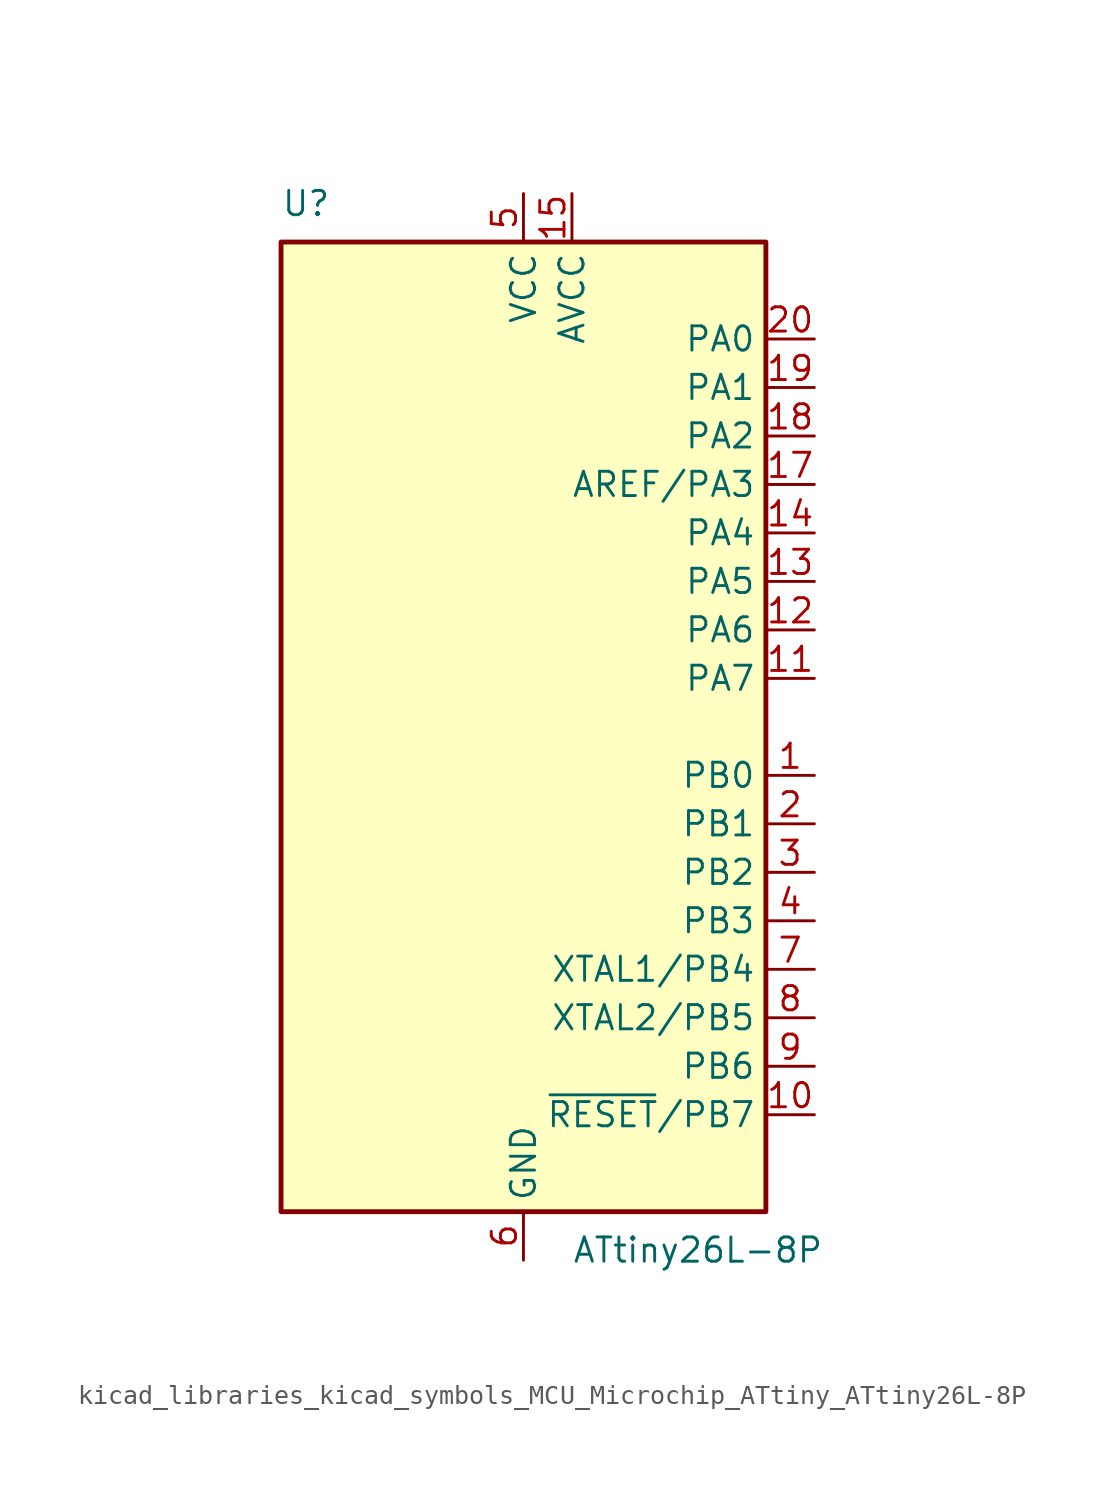
<source format=kicad_sym>
(kicad_symbol_lib
  (version 20220914)
  (generator kicad_symbol_editor)
  (symbol "kicad_libraries_kicad_symbols_MCU_Microchip_ATtiny_ATtiny26L-8P"
    (property "Reference" "U"
      (at -12.7 26.67 0)
      (effects (font (size 1.27 1.27)) (justify left bottom)))
    (property "Value" "ATtiny26L-8P"
      (at 2.54 -26.67 0)
      (effects (font (size 1.27 1.27)) (justify left top)))
    (symbol "kicad_libraries_kicad_symbols_MCU_Microchip_ATtiny_ATtiny26L-8P_0_1"
      (rectangle (start -12.7 -25.4) (end 12.7 25.4) (stroke (width 0.254) (type default)) (fill (type background))))
    (symbol "kicad_libraries_kicad_symbols_MCU_Microchip_ATtiny_ATtiny26L-8P_1_1"
      (pin bidirectional line (at 15.24 -2.54 180) (length 2.54) (name "PB0" (effects (font (size 1.27 1.27)))) (number "1" (effects (font (size 1.27 1.27)))))
      (pin bidirectional line (at 15.24 -20.32 180) (length 2.54) (name "~{RESET}/PB7" (effects (font (size 1.27 1.27)))) (number "10" (effects (font (size 1.27 1.27)))))
      (pin bidirectional line (at 15.24 2.54 180) (length 2.54) (name "PA7" (effects (font (size 1.27 1.27)))) (number "11" (effects (font (size 1.27 1.27)))))
      (pin bidirectional line (at 15.24 5.08 180) (length 2.54) (name "PA6" (effects (font (size 1.27 1.27)))) (number "12" (effects (font (size 1.27 1.27)))))
      (pin bidirectional line (at 15.24 7.62 180) (length 2.54) (name "PA5" (effects (font (size 1.27 1.27)))) (number "13" (effects (font (size 1.27 1.27)))))
      (pin bidirectional line (at 15.24 10.16 180) (length 2.54) (name "PA4" (effects (font (size 1.27 1.27)))) (number "14" (effects (font (size 1.27 1.27)))))
      (pin power_in line (at 2.54 27.94 270) (length 2.54) (name "AVCC" (effects (font (size 1.27 1.27)))) (number "15" (effects (font (size 1.27 1.27)))))
      (pin passive line (at 0 -27.94 90) (length 2.54) hide (name "GND" (effects (font (size 1.27 1.27)))) (number "16" (effects (font (size 1.27 1.27)))))
      (pin bidirectional line (at 15.24 12.7 180) (length 2.54) (name "AREF/PA3" (effects (font (size 1.27 1.27)))) (number "17" (effects (font (size 1.27 1.27)))))
      (pin bidirectional line (at 15.24 15.24 180) (length 2.54) (name "PA2" (effects (font (size 1.27 1.27)))) (number "18" (effects (font (size 1.27 1.27)))))
      (pin bidirectional line (at 15.24 17.78 180) (length 2.54) (name "PA1" (effects (font (size 1.27 1.27)))) (number "19" (effects (font (size 1.27 1.27)))))
      (pin bidirectional line (at 15.24 -5.08 180) (length 2.54) (name "PB1" (effects (font (size 1.27 1.27)))) (number "2" (effects (font (size 1.27 1.27)))))
      (pin bidirectional line (at 15.24 20.32 180) (length 2.54) (name "PA0" (effects (font (size 1.27 1.27)))) (number "20" (effects (font (size 1.27 1.27)))))
      (pin bidirectional line (at 15.24 -7.62 180) (length 2.54) (name "PB2" (effects (font (size 1.27 1.27)))) (number "3" (effects (font (size 1.27 1.27)))))
      (pin bidirectional line (at 15.24 -10.16 180) (length 2.54) (name "PB3" (effects (font (size 1.27 1.27)))) (number "4" (effects (font (size 1.27 1.27)))))
      (pin power_in line (at 0 27.94 270) (length 2.54) (name "VCC" (effects (font (size 1.27 1.27)))) (number "5" (effects (font (size 1.27 1.27)))))
      (pin power_in line (at 0 -27.94 90) (length 2.54) (name "GND" (effects (font (size 1.27 1.27)))) (number "6" (effects (font (size 1.27 1.27)))))
      (pin bidirectional line (at 15.24 -12.7 180) (length 2.54) (name "XTAL1/PB4" (effects (font (size 1.27 1.27)))) (number "7" (effects (font (size 1.27 1.27)))))
      (pin bidirectional line (at 15.24 -15.24 180) (length 2.54) (name "XTAL2/PB5" (effects (font (size 1.27 1.27)))) (number "8" (effects (font (size 1.27 1.27)))))
      (pin bidirectional line (at 15.24 -17.78 180) (length 2.54) (name "PB6" (effects (font (size 1.27 1.27)))) (number "9" (effects (font (size 1.27 1.27))))))))
</source>
